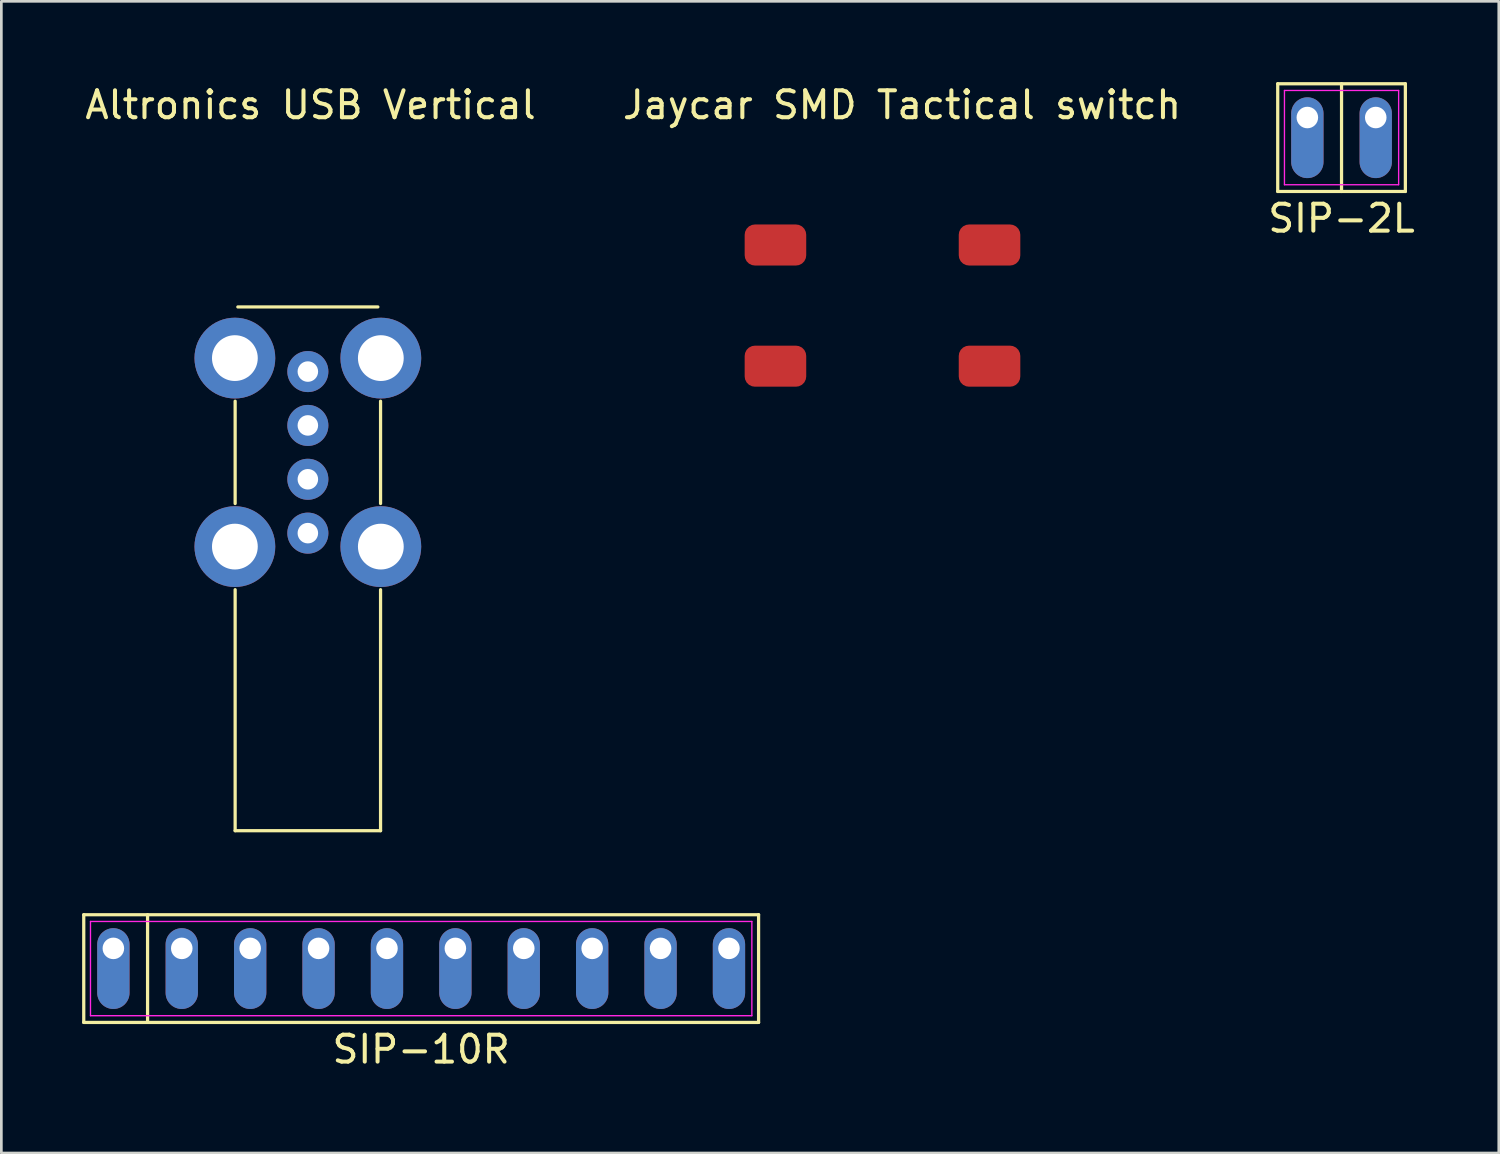
<source format=kicad_pcb>
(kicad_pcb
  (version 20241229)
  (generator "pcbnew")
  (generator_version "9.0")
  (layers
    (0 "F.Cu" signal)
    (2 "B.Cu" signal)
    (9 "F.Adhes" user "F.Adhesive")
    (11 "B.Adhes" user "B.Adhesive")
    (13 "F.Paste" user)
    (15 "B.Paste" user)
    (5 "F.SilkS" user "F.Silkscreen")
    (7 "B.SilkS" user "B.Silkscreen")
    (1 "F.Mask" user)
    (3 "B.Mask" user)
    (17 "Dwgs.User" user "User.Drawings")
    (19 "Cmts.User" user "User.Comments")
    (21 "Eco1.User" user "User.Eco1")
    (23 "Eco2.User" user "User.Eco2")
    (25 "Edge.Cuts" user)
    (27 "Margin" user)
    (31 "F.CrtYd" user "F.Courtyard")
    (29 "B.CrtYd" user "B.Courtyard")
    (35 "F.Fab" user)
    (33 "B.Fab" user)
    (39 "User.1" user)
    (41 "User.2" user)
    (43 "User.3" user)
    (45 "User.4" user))
  (footprint "SIP-10R"
    (layer "F.Cu")
    (at 12.59 32.918)
    (property "Reference" "SIP-10R" (at 0 3 0) (layer "F.SilkS") (effects (font (size 1 1) (thickness 0.15))))
    (fp_line (start -12.53 -2) (end 12.53 -2) (stroke (width 0.12) (type solid)) (layer "F.SilkS"))
    (fp_line (start -12.53 2) (end -12.53 -2) (stroke (width 0.12) (type solid)) (layer "F.SilkS"))
    (fp_line (start -10.16 -2) (end -10.16 2) (stroke (width 0.12) (type solid)) (layer "F.SilkS"))
    (fp_line (start 12.53 -2) (end 12.53 2) (stroke (width 0.12) (type solid)) (layer "F.SilkS"))
    (fp_line (start 12.53 2) (end -12.53 2) (stroke (width 0.12) (type solid)) (layer "F.SilkS"))
    (fp_line (start -12.28 -1.75) (end 12.28 -1.75) (stroke (width 0.05) (type solid)) (layer "F.CrtYd"))
    (fp_line (start -12.28 1.75) (end -12.28 -1.75) (stroke (width 0.05) (type solid)) (layer "F.CrtYd"))
    (fp_line (start 12.28 -1.75) (end 12.28 1.75) (stroke (width 0.05) (type solid)) (layer "F.CrtYd"))
    (fp_line (start 12.28 1.75) (end -12.28 1.75) (stroke (width 0.05) (type solid)) (layer "F.CrtYd"))
    (pad "1" thru_hole oval (at 11.43 -0.75) (size 1.2 3) (drill 0.8 (offset 0 0.75)) (layers "*.Cu" "*.Mask"))
    (pad "2" thru_hole oval (at 8.89 -0.75) (size 1.2 3) (drill 0.8 (offset 0 0.75)) (layers "*.Cu" "*.Mask"))
    (pad "3" thru_hole oval (at 6.35 -0.75) (size 1.2 3) (drill 0.8 (offset 0 0.75)) (layers "*.Cu" "*.Mask"))
    (pad "4" thru_hole oval (at 3.81 -0.75) (size 1.2 3) (drill 0.8 (offset 0 0.75)) (layers "*.Cu" "*.Mask"))
    (pad "5" thru_hole oval (at 1.27 -0.75) (size 1.2 3) (drill 0.8 (offset 0 0.75)) (layers "*.Cu" "*.Mask"))
    (pad "6" thru_hole oval (at -1.27 -0.75) (size 1.2 3) (drill 0.8 (offset 0 0.75)) (layers "*.Cu" "*.Mask"))
    (pad "7" thru_hole oval (at -3.81 -0.75) (size 1.2 3) (drill 0.8 (offset 0 0.75)) (layers "*.Cu" "*.Mask"))
    (pad "8" thru_hole oval (at -6.35 -0.75) (size 1.2 3) (drill 0.8 (offset 0 0.75)) (layers "*.Cu" "*.Mask"))
    (pad "9" thru_hole oval (at -8.89 -0.75) (size 1.2 3) (drill 0.8 (offset 0 0.75)) (layers "*.Cu" "*.Mask"))
    (pad "10" thru_hole oval (at -11.43 -0.75) (size 1.2 3) (drill 0.8 (offset 0 0.75)) (layers "*.Cu" "*.Mask")))
  (footprint "SIP-2L"
    (layer "F.Cu")
    (at 46.768 2.06)
    (property "Reference" "SIP-2L" (at 0 3 0) (layer "F.SilkS") (effects (font (size 1 1) (thickness 0.15))))
    (fp_line (start -2.37 -2) (end 2.37 -2) (stroke (width 0.12) (type solid)) (layer "F.SilkS"))
    (fp_line (start -2.37 2) (end -2.37 -2) (stroke (width 0.12) (type solid)) (layer "F.SilkS"))
    (fp_line (start 0 -2) (end 0 2) (stroke (width 0.12) (type solid)) (layer "F.SilkS"))
    (fp_line (start 2.37 -2) (end 2.37 2) (stroke (width 0.12) (type solid)) (layer "F.SilkS"))
    (fp_line (start 2.37 2) (end -2.37 2) (stroke (width 0.12) (type solid)) (layer "F.SilkS"))
    (fp_line (start -2.12 -1.75) (end 2.12 -1.75) (stroke (width 0.05) (type solid)) (layer "F.CrtYd"))
    (fp_line (start -2.12 1.75) (end -2.12 -1.75) (stroke (width 0.05) (type solid)) (layer "F.CrtYd"))
    (fp_line (start 2.12 -1.75) (end 2.12 1.75) (stroke (width 0.05) (type solid)) (layer "F.CrtYd"))
    (fp_line (start 2.12 1.75) (end -2.12 1.75) (stroke (width 0.05) (type solid)) (layer "F.CrtYd"))
    (pad "1" thru_hole oval (at -1.27 -0.746) (size 1.2 3) (drill 0.8 (offset 0 0.75)) (layers "*.Cu" "*.Mask"))
    (pad "2" thru_hole oval (at 1.27 -0.746) (size 1.2 3) (drill 0.8 (offset 0 0.75)) (layers "*.Cu" "*.Mask")))
  (footprint "Altronics USB Vertical"
    (layer "F.Cu")
    (at 8.482 1.348)
    (property "Reference" "Altronics USB Vertical" (at 0 -0.5 0) (unlocked yes) (layer "F.SilkS") (effects (font (size 1 1) (thickness 0.15))))
    (attr through_hole)
    (fp_line (start -2.8 10.5) (end -2.8 14.3) (stroke (width 0.12) (type solid)) (layer "F.SilkS"))
    (fp_line (start -2.8 17.5) (end -2.8 26.45) (stroke (width 0.12) (type solid)) (layer "F.SilkS"))
    (fp_line (start -2.8 26.45) (end 2.6 26.45) (stroke (width 0.12) (type solid)) (layer "F.SilkS"))
    (fp_line (start -2.7 7) (end 2.5 7) (stroke (width 0.12) (type solid)) (layer "F.SilkS"))
    (fp_line (start 2.6 10.5) (end 2.6 14.3) (stroke (width 0.12) (type solid)) (layer "F.SilkS"))
    (fp_line (start 2.6 26.45) (end 2.6 17.5) (stroke (width 0.12) (type solid)) (layer "F.SilkS"))
    (pad "1" thru_hole circle (at -0.1 15.4) (size 1.524 1.524) (drill 0.762) (layers "*.Cu" "*.Mask"))
    (pad "2" thru_hole circle (at -0.1 13.4) (size 1.524 1.524) (drill 0.762) (layers "*.Cu" "*.Mask"))
    (pad "3" thru_hole circle (at -0.1 11.4) (size 1.524 1.524) (drill 0.762) (layers "*.Cu" "*.Mask"))
    (pad "4" thru_hole circle (at -0.1 9.4) (size 1.524 1.524) (drill 0.762) (layers "*.Cu" "*.Mask"))
    (pad "5" thru_hole circle (at -2.81 8.9) (size 3 3) (drill 1.7) (layers "*.Cu" "*.Mask"))
    (pad "5" thru_hole circle (at -2.81 15.9) (size 3 3) (drill 1.7) (layers "*.Cu" "*.Mask"))
    (pad "5" thru_hole circle (at 2.61 8.9) (size 3 3) (drill 1.7) (layers "*.Cu" "*.Mask"))
    (pad "5" thru_hole circle (at 2.61 15.9) (size 3 3) (drill 1.7) (layers "*.Cu" "*.Mask")))
  (footprint "Jaycar SMD Tactical switch"
    (layer "F.Cu")
    (at 30.446 1.348)
    (property "Reference" "Jaycar SMD Tactical switch" (at 0 -0.5 0) (unlocked yes) (layer "F.SilkS") (effects (font (size 1 1) (thickness 0.15))))
    (attr smd)
    (pad "1" smd roundrect (at -4.7 4.7) (size 2.286 1.524) (layers "F.Cu" "F.Mask" "F.Paste") (roundrect_rratio 0.25))
    (pad "2" smd roundrect (at 3.25 4.7) (size 2.286 1.524) (layers "F.Cu" "F.Mask" "F.Paste") (roundrect_rratio 0.25))
    (pad "3" smd roundrect (at -4.7 9.2) (size 2.286 1.524) (layers "F.Cu" "F.Mask" "F.Paste") (roundrect_rratio 0.25))
    (pad "4" smd roundrect (at 3.25 9.2) (size 2.286 1.524) (layers "F.Cu" "F.Mask" "F.Paste") (roundrect_rratio 0.25)))
  (gr_rect
    (start -3 -3)
    (end 52.607 39.767)
    (stroke (width 0.1) (type default))
    (fill no)
    (layer "Edge.Cuts")))
</source>
